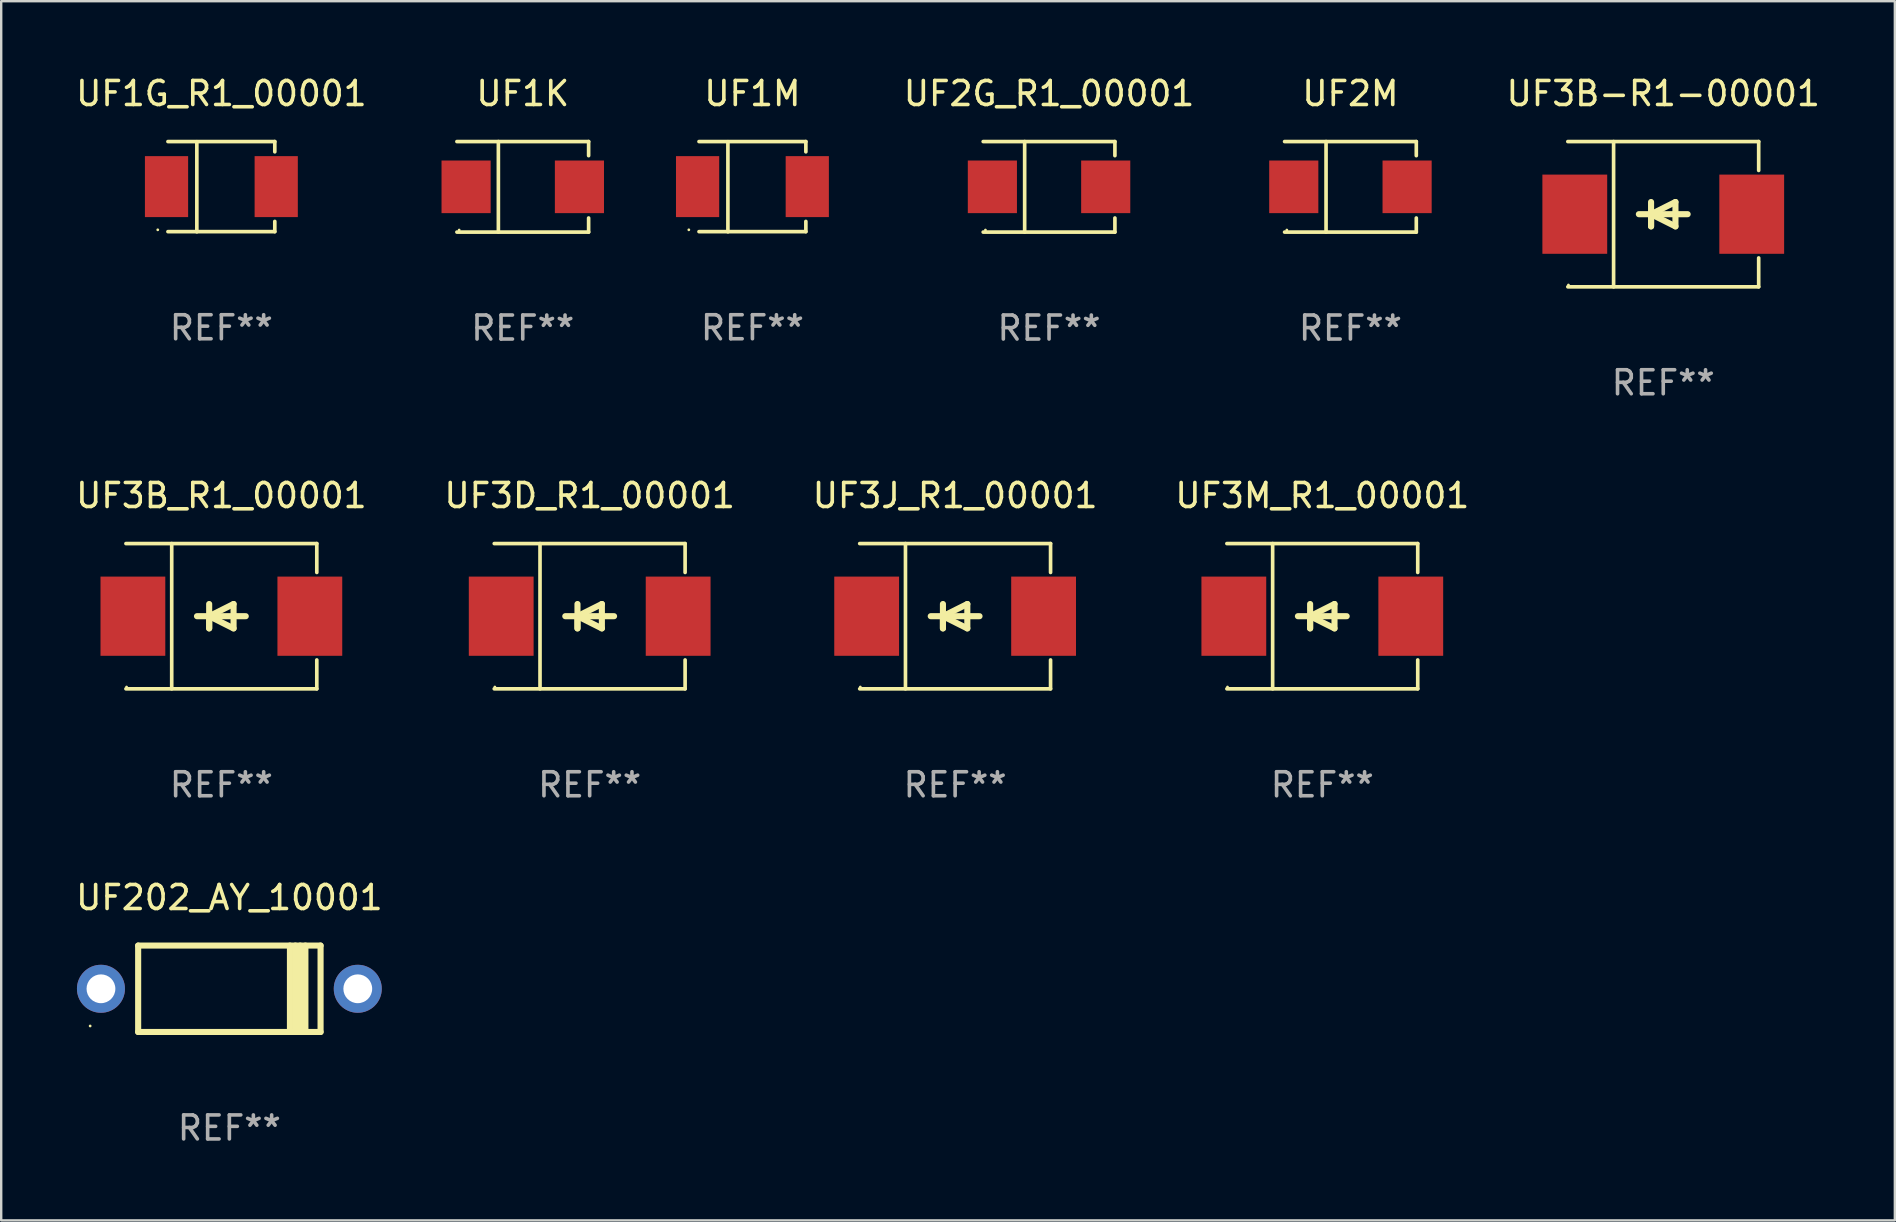
<source format=kicad_pcb>
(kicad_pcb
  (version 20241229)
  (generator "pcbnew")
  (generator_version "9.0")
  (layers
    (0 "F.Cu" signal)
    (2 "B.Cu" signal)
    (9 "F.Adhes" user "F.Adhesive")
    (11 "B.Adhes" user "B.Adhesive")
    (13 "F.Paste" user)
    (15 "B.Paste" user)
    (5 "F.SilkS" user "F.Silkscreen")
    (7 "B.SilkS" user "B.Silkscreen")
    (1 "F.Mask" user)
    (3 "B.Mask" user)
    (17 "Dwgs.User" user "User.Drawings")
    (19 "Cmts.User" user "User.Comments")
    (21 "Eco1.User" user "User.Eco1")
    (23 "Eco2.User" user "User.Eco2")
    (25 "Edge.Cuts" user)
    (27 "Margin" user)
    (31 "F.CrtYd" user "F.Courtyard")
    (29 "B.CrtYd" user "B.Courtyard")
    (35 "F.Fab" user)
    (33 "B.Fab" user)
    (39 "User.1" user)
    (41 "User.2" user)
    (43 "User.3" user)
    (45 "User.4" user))
  (footprint "UF3B-R1-00001"
    (layer "F.Cu")
    (at 66.247 5.874)
    (property "Reference" "UF3B-R1-00001" (at 0 -5.026 0) (layer "F.SilkS") (effects (font (size 1 1) (thickness 0.15))))
    (attr through_hole)
    (fp_line (start -3.976 -3.026) (end 3.976 -3.026) (stroke (width 0.152) (type solid)) (layer "F.SilkS"))
    (fp_line (start -3.976 3.026) (end 3.976 3.026) (stroke (width 0.152) (type solid)) (layer "F.SilkS"))
    (fp_line (start -2.069 -3.026) (end -2.069 3.026) (stroke (width 0.152) (type solid)) (layer "F.SilkS"))
    (fp_line (start -0.508 0) (end -0.508 0.508) (stroke (width 0.254) (type solid)) (layer "F.SilkS"))
    (fp_line (start -0.508 0) (end 0.508 0.508) (stroke (width 0.254) (type solid)) (layer "F.SilkS"))
    (fp_line (start -0.508 0.508) (end -0.508 -0.508) (stroke (width 0.254) (type solid)) (layer "F.SilkS"))
    (fp_line (start 0.508 -0.508) (end -0.508 0) (stroke (width 0.254) (type solid)) (layer "F.SilkS"))
    (fp_line (start 0.508 0.508) (end 0.508 -0.508) (stroke (width 0.254) (type solid)) (layer "F.SilkS"))
    (fp_line (start 1.016 0) (end -1.016 0) (stroke (width 0.254) (type solid)) (layer "F.SilkS"))
    (fp_line (start 3.976 -3.026) (end 3.976 -1.823) (stroke (width 0.152) (type solid)) (layer "F.SilkS"))
    (fp_line (start 3.976 3.026) (end 3.976 1.823) (stroke (width 0.152) (type solid)) (layer "F.SilkS"))
    (fp_circle (center -3.95 2.95) (end -3.92 2.95) (stroke (width 0.06) (type solid)) (fill no) (layer "F.SilkS"))
    (fp_text user "REF**" (at 0 7.026 0) (layer "F.Fab") (effects (font (size 1 1) (thickness 0.15))))
    (pad "1" smd rect (at -3.686 0) (size 2.7 3.3) (layers "F.Cu" "F.Mask" "F.Paste"))
    (pad "2" smd rect (at 3.686 0) (size 2.7 3.3) (layers "F.Cu" "F.Mask" "F.Paste")))
  (footprint "UF1M"
    (layer "F.Cu")
    (at 28.299 4.728)
    (property "Reference" "UF1M" (at 0 -3.88 0) (layer "F.SilkS") (effects (font (size 1 1) (thickness 0.15))))
    (attr through_hole)
    (fp_line (start -2.226 -1.88) (end 2.226 -1.88) (stroke (width 0.152) (type solid)) (layer "F.SilkS"))
    (fp_line (start -2.226 1.873) (end 2.226 1.873) (stroke (width 0.152) (type solid)) (layer "F.SilkS"))
    (fp_line (start -1.022 -1.873) (end -1.022 1.88) (stroke (width 0.152) (type solid)) (layer "F.SilkS"))
    (fp_line (start 2.226 -1.88) (end 2.226 -1.453) (stroke (width 0.152) (type solid)) (layer "F.SilkS"))
    (fp_line (start 2.226 1.447) (end 2.226 1.873) (stroke (width 0.152) (type solid)) (layer "F.SilkS"))
    (fp_circle (center -2.65 1.797) (end -2.62 1.797) (stroke (width 0.06) (type solid)) (fill no) (layer "F.SilkS"))
    (fp_text user "REF**" (at 0 5.88 0) (layer "F.Fab") (effects (font (size 1 1) (thickness 0.15))))
    (pad "1" smd rect (at -2.285 -0.003) (size 1.8 2.54) (layers "F.Cu" "F.Mask" "F.Paste"))
    (pad "2" smd rect (at 2.285 -0.003) (size 1.8 2.54) (layers "F.Cu" "F.Mask" "F.Paste")))
  (footprint "UF3D_R1_00001"
    (layer "F.Cu")
    (at 21.518 22.623)
    (property "Reference" "UF3D_R1_00001" (at 0 -5.026 0) (layer "F.SilkS") (effects (font (size 1 1) (thickness 0.15))))
    (attr through_hole)
    (fp_line (start -3.976 -3.026) (end 3.976 -3.026) (stroke (width 0.152) (type solid)) (layer "F.SilkS"))
    (fp_line (start -3.976 3.026) (end 3.976 3.026) (stroke (width 0.152) (type solid)) (layer "F.SilkS"))
    (fp_line (start -2.069 -3.026) (end -2.069 3.026) (stroke (width 0.152) (type solid)) (layer "F.SilkS"))
    (fp_line (start -0.508 0) (end -0.508 0.508) (stroke (width 0.254) (type solid)) (layer "F.SilkS"))
    (fp_line (start -0.508 0) (end 0.508 0.508) (stroke (width 0.254) (type solid)) (layer "F.SilkS"))
    (fp_line (start -0.508 0.508) (end -0.508 -0.508) (stroke (width 0.254) (type solid)) (layer "F.SilkS"))
    (fp_line (start 0.508 -0.508) (end -0.508 0) (stroke (width 0.254) (type solid)) (layer "F.SilkS"))
    (fp_line (start 0.508 0.508) (end 0.508 -0.508) (stroke (width 0.254) (type solid)) (layer "F.SilkS"))
    (fp_line (start 1.016 0) (end -1.016 0) (stroke (width 0.254) (type solid)) (layer "F.SilkS"))
    (fp_line (start 3.976 -3.026) (end 3.976 -1.823) (stroke (width 0.152) (type solid)) (layer "F.SilkS"))
    (fp_line (start 3.976 3.026) (end 3.976 1.823) (stroke (width 0.152) (type solid)) (layer "F.SilkS"))
    (fp_circle (center -3.95 2.95) (end -3.92 2.95) (stroke (width 0.06) (type solid)) (fill no) (layer "F.SilkS"))
    (fp_text user "REF**" (at 0 7.026 0) (layer "F.Fab") (effects (font (size 1 1) (thickness 0.15))))
    (pad "1" smd rect (at -3.686 0) (size 2.7 3.3) (layers "F.Cu" "F.Mask" "F.Paste"))
    (pad "2" smd rect (at 3.686 0) (size 2.7 3.3) (layers "F.Cu" "F.Mask" "F.Paste")))
  (footprint "UF3B_R1_00001"
    (layer "F.Cu")
    (at 6.173 22.623)
    (property "Reference" "UF3B_R1_00001" (at 0 -5.026 0) (layer "F.SilkS") (effects (font (size 1 1) (thickness 0.15))))
    (attr through_hole)
    (fp_line (start -3.976 -3.026) (end 3.976 -3.026) (stroke (width 0.152) (type solid)) (layer "F.SilkS"))
    (fp_line (start -3.976 3.026) (end 3.976 3.026) (stroke (width 0.152) (type solid)) (layer "F.SilkS"))
    (fp_line (start -2.069 -3.026) (end -2.069 3.026) (stroke (width 0.152) (type solid)) (layer "F.SilkS"))
    (fp_line (start -0.508 0) (end -0.508 0.508) (stroke (width 0.254) (type solid)) (layer "F.SilkS"))
    (fp_line (start -0.508 0) (end 0.508 0.508) (stroke (width 0.254) (type solid)) (layer "F.SilkS"))
    (fp_line (start -0.508 0.508) (end -0.508 -0.508) (stroke (width 0.254) (type solid)) (layer "F.SilkS"))
    (fp_line (start 0.508 -0.508) (end -0.508 0) (stroke (width 0.254) (type solid)) (layer "F.SilkS"))
    (fp_line (start 0.508 0.508) (end 0.508 -0.508) (stroke (width 0.254) (type solid)) (layer "F.SilkS"))
    (fp_line (start 1.016 0) (end -1.016 0) (stroke (width 0.254) (type solid)) (layer "F.SilkS"))
    (fp_line (start 3.976 -3.026) (end 3.976 -1.823) (stroke (width 0.152) (type solid)) (layer "F.SilkS"))
    (fp_line (start 3.976 3.026) (end 3.976 1.823) (stroke (width 0.152) (type solid)) (layer "F.SilkS"))
    (fp_circle (center -3.95 2.95) (end -3.92 2.95) (stroke (width 0.06) (type solid)) (fill no) (layer "F.SilkS"))
    (fp_text user "REF**" (at 0 7.026 0) (layer "F.Fab") (effects (font (size 1 1) (thickness 0.15))))
    (pad "1" smd rect (at -3.686 0) (size 2.7 3.3) (layers "F.Cu" "F.Mask" "F.Paste"))
    (pad "2" smd rect (at 3.686 0) (size 2.7 3.3) (layers "F.Cu" "F.Mask" "F.Paste")))
  (footprint "UF3J_R1_00001"
    (layer "F.Cu")
    (at 36.744 22.623)
    (property "Reference" "UF3J_R1_00001" (at 0 -5.026 0) (layer "F.SilkS") (effects (font (size 1 1) (thickness 0.15))))
    (attr through_hole)
    (fp_line (start -3.976 -3.026) (end 3.976 -3.026) (stroke (width 0.152) (type solid)) (layer "F.SilkS"))
    (fp_line (start -3.976 3.026) (end 3.976 3.026) (stroke (width 0.152) (type solid)) (layer "F.SilkS"))
    (fp_line (start -2.069 -3.026) (end -2.069 3.026) (stroke (width 0.152) (type solid)) (layer "F.SilkS"))
    (fp_line (start -0.508 0) (end -0.508 0.508) (stroke (width 0.254) (type solid)) (layer "F.SilkS"))
    (fp_line (start -0.508 0) (end 0.508 0.508) (stroke (width 0.254) (type solid)) (layer "F.SilkS"))
    (fp_line (start -0.508 0.508) (end -0.508 -0.508) (stroke (width 0.254) (type solid)) (layer "F.SilkS"))
    (fp_line (start 0.508 -0.508) (end -0.508 0) (stroke (width 0.254) (type solid)) (layer "F.SilkS"))
    (fp_line (start 0.508 0.508) (end 0.508 -0.508) (stroke (width 0.254) (type solid)) (layer "F.SilkS"))
    (fp_line (start 1.016 0) (end -1.016 0) (stroke (width 0.254) (type solid)) (layer "F.SilkS"))
    (fp_line (start 3.976 -3.026) (end 3.976 -1.823) (stroke (width 0.152) (type solid)) (layer "F.SilkS"))
    (fp_line (start 3.976 3.026) (end 3.976 1.823) (stroke (width 0.152) (type solid)) (layer "F.SilkS"))
    (fp_circle (center -3.95 2.95) (end -3.92 2.95) (stroke (width 0.06) (type solid)) (fill no) (layer "F.SilkS"))
    (fp_text user "REF**" (at 0 7.026 0) (layer "F.Fab") (effects (font (size 1 1) (thickness 0.15))))
    (pad "1" smd rect (at -3.686 0) (size 2.7 3.3) (layers "F.Cu" "F.Mask" "F.Paste"))
    (pad "2" smd rect (at 3.686 0) (size 2.7 3.3) (layers "F.Cu" "F.Mask" "F.Paste")))
  (footprint "UF2G_R1_00001"
    (layer "F.Cu")
    (at 40.657 4.734)
    (property "Reference" "UF2G_R1_00001" (at 0 -3.886 0) (layer "F.SilkS") (effects (font (size 1 1) (thickness 0.15))))
    (attr through_hole)
    (fp_line (start -2.744 -1.886) (end 2.744 -1.886) (stroke (width 0.152) (type solid)) (layer "F.SilkS"))
    (fp_line (start -2.744 1.886) (end 2.744 1.886) (stroke (width 0.152) (type solid)) (layer "F.SilkS"))
    (fp_line (start -1.016 -1.886) (end -1.016 1.886) (stroke (width 0.152) (type solid)) (layer "F.SilkS"))
    (fp_line (start 2.744 -1.886) (end 2.744 -1.299) (stroke (width 0.152) (type solid)) (layer "F.SilkS"))
    (fp_line (start 2.744 1.886) (end 2.744 1.299) (stroke (width 0.152) (type solid)) (layer "F.SilkS"))
    (fp_circle (center -2.65 1.8) (end -2.62 1.8) (stroke (width 0.06) (type solid)) (fill no) (layer "F.SilkS"))
    (fp_text user "REF**" (at 0 5.886 0) (layer "F.Fab") (effects (font (size 1 1) (thickness 0.15))))
    (pad "1" smd rect (at -2.361 0) (size 2.047 2.192) (layers "F.Cu" "F.Mask" "F.Paste"))
    (pad "2" smd rect (at 2.361 0) (size 2.047 2.192) (layers "F.Cu" "F.Mask" "F.Paste")))
  (footprint "UF3M_R1_00001"
    (layer "F.Cu")
    (at 52.042 22.623)
    (property "Reference" "UF3M_R1_00001" (at 0 -5.026 0) (layer "F.SilkS") (effects (font (size 1 1) (thickness 0.15))))
    (attr through_hole)
    (fp_line (start -3.976 -3.026) (end 3.976 -3.026) (stroke (width 0.152) (type solid)) (layer "F.SilkS"))
    (fp_line (start -3.976 3.026) (end 3.976 3.026) (stroke (width 0.152) (type solid)) (layer "F.SilkS"))
    (fp_line (start -2.069 -3.026) (end -2.069 3.026) (stroke (width 0.152) (type solid)) (layer "F.SilkS"))
    (fp_line (start -0.508 0) (end -0.508 0.508) (stroke (width 0.254) (type solid)) (layer "F.SilkS"))
    (fp_line (start -0.508 0) (end 0.508 0.508) (stroke (width 0.254) (type solid)) (layer "F.SilkS"))
    (fp_line (start -0.508 0.508) (end -0.508 -0.508) (stroke (width 0.254) (type solid)) (layer "F.SilkS"))
    (fp_line (start 0.508 -0.508) (end -0.508 0) (stroke (width 0.254) (type solid)) (layer "F.SilkS"))
    (fp_line (start 0.508 0.508) (end 0.508 -0.508) (stroke (width 0.254) (type solid)) (layer "F.SilkS"))
    (fp_line (start 1.016 0) (end -1.016 0) (stroke (width 0.254) (type solid)) (layer "F.SilkS"))
    (fp_line (start 3.976 -3.026) (end 3.976 -1.823) (stroke (width 0.152) (type solid)) (layer "F.SilkS"))
    (fp_line (start 3.976 3.026) (end 3.976 1.823) (stroke (width 0.152) (type solid)) (layer "F.SilkS"))
    (fp_circle (center -3.95 2.95) (end -3.92 2.95) (stroke (width 0.06) (type solid)) (fill no) (layer "F.SilkS"))
    (fp_text user "REF**" (at 0 7.026 0) (layer "F.Fab") (effects (font (size 1 1) (thickness 0.15))))
    (pad "1" smd rect (at -3.686 0) (size 2.7 3.3) (layers "F.Cu" "F.Mask" "F.Paste"))
    (pad "2" smd rect (at 3.686 0) (size 2.7 3.3) (layers "F.Cu" "F.Mask" "F.Paste")))
  (footprint "UF202_AY_10001"
    (layer "F.Cu")
    (at 6.506 38.146)
    (property "Reference" "UF202_AY_10001" (at 0 -3.8 0) (layer "F.SilkS") (effects (font (size 1 1) (thickness 0.15))))
    (attr through_hole)
    (fp_line (start -3.8 1.8) (end -3.8 -1.8) (stroke (width 0.254) (type solid)) (layer "F.SilkS"))
    (fp_line (start 2.524 1.8) (end 2.524 -1.8) (stroke (width 0.254) (type solid)) (layer "F.SilkS"))
    (fp_line (start 2.75 1.8) (end 2.75 -1.8) (stroke (width 0.254) (type solid)) (layer "F.SilkS"))
    (fp_line (start 2.95 -1.8) (end 2.95 1.8) (stroke (width 0.254) (type solid)) (layer "F.SilkS"))
    (fp_line (start 3.168 -1.8) (end 3.168 1.8) (stroke (width 0.254) (type solid)) (layer "F.SilkS"))
    (fp_line (start 3.8 1.8) (end -3.8 1.8) (stroke (width 0.254) (type solid)) (layer "F.SilkS"))
    (fp_line (start 3.8 1.8) (end 3.8 -1.8) (stroke (width 0.254) (type solid)) (layer "F.SilkS"))
    (fp_line (start 3.8 -1.8) (end -3.8 -1.8) (stroke (width 0.254) (type solid)) (layer "F.SilkS"))
    (fp_circle (center -5.8 1.55) (end -5.77 1.55) (stroke (width 0.06) (type solid)) (fill no) (layer "F.SilkS"))
    (fp_text user "REF**" (at 0 5.8 0) (layer "F.Fab") (effects (font (size 1 1) (thickness 0.15))))
    (pad "1" thru_hole circle (at -5.35 0) (size 2 2) (drill 1.2) (layers "*.Cu" "*.Mask"))
    (pad "2" thru_hole circle (at 5.35 0) (size 2 2) (drill 1.2) (layers "*.Cu" "*.Mask")))
  (footprint "UF2M"
    (layer "F.Cu")
    (at 53.214 4.734)
    (property "Reference" "UF2M" (at 0 -3.886 0) (layer "F.SilkS") (effects (font (size 1 1) (thickness 0.15))))
    (attr through_hole)
    (fp_line (start -2.744 -1.886) (end 2.744 -1.886) (stroke (width 0.152) (type solid)) (layer "F.SilkS"))
    (fp_line (start -2.744 1.886) (end 2.744 1.886) (stroke (width 0.152) (type solid)) (layer "F.SilkS"))
    (fp_line (start -1.016 -1.886) (end -1.016 1.886) (stroke (width 0.152) (type solid)) (layer "F.SilkS"))
    (fp_line (start 2.744 -1.886) (end 2.744 -1.299) (stroke (width 0.152) (type solid)) (layer "F.SilkS"))
    (fp_line (start 2.744 1.886) (end 2.744 1.299) (stroke (width 0.152) (type solid)) (layer "F.SilkS"))
    (fp_circle (center -2.65 1.8) (end -2.62 1.8) (stroke (width 0.06) (type solid)) (fill no) (layer "F.SilkS"))
    (fp_text user "REF**" (at 0 5.886 0) (layer "F.Fab") (effects (font (size 1 1) (thickness 0.15))))
    (pad "1" smd rect (at -2.361 0) (size 2.047 2.192) (layers "F.Cu" "F.Mask" "F.Paste"))
    (pad "2" smd rect (at 2.361 0) (size 2.047 2.192) (layers "F.Cu" "F.Mask" "F.Paste")))
  (footprint "UF1G_R1_00001"
    (layer "F.Cu")
    (at 6.173 4.728)
    (property "Reference" "UF1G_R1_00001" (at 0 -3.88 0) (layer "F.SilkS") (effects (font (size 1 1) (thickness 0.15))))
    (attr through_hole)
    (fp_line (start -2.226 -1.88) (end 2.226 -1.88) (stroke (width 0.152) (type solid)) (layer "F.SilkS"))
    (fp_line (start -2.226 1.873) (end 2.226 1.873) (stroke (width 0.152) (type solid)) (layer "F.SilkS"))
    (fp_line (start -1.022 -1.873) (end -1.022 1.88) (stroke (width 0.152) (type solid)) (layer "F.SilkS"))
    (fp_line (start 2.226 -1.88) (end 2.226 -1.453) (stroke (width 0.152) (type solid)) (layer "F.SilkS"))
    (fp_line (start 2.226 1.447) (end 2.226 1.873) (stroke (width 0.152) (type solid)) (layer "F.SilkS"))
    (fp_circle (center -2.65 1.797) (end -2.62 1.797) (stroke (width 0.06) (type solid)) (fill no) (layer "F.SilkS"))
    (fp_text user "REF**" (at 0 5.88 0) (layer "F.Fab") (effects (font (size 1 1) (thickness 0.15))))
    (pad "1" smd rect (at -2.285 -0.003) (size 1.8 2.54) (layers "F.Cu" "F.Mask" "F.Paste"))
    (pad "2" smd rect (at 2.285 -0.003) (size 1.8 2.54) (layers "F.Cu" "F.Mask" "F.Paste")))
  (footprint "UF1K"
    (layer "F.Cu")
    (at 18.73 4.734)
    (property "Reference" "UF1K" (at 0 -3.886 0) (layer "F.SilkS") (effects (font (size 1 1) (thickness 0.15))))
    (attr through_hole)
    (fp_line (start -2.744 -1.886) (end 2.744 -1.886) (stroke (width 0.152) (type solid)) (layer "F.SilkS"))
    (fp_line (start -2.744 1.886) (end 2.744 1.886) (stroke (width 0.152) (type solid)) (layer "F.SilkS"))
    (fp_line (start -1.016 -1.886) (end -1.016 1.886) (stroke (width 0.152) (type solid)) (layer "F.SilkS"))
    (fp_line (start 2.744 -1.886) (end 2.744 -1.299) (stroke (width 0.152) (type solid)) (layer "F.SilkS"))
    (fp_line (start 2.744 1.886) (end 2.744 1.299) (stroke (width 0.152) (type solid)) (layer "F.SilkS"))
    (fp_circle (center -2.65 1.8) (end -2.62 1.8) (stroke (width 0.06) (type solid)) (fill no) (layer "F.SilkS"))
    (fp_text user "REF**" (at 0 5.886 0) (layer "F.Fab") (effects (font (size 1 1) (thickness 0.15))))
    (pad "1" smd rect (at -2.361 0) (size 2.047 2.192) (layers "F.Cu" "F.Mask" "F.Paste"))
    (pad "2" smd rect (at 2.361 0) (size 2.047 2.192) (layers "F.Cu" "F.Mask" "F.Paste")))
  (gr_rect
    (start -3 -3)
    (end 75.896 47.795)
    (stroke (width 0.1) (type default))
    (fill no)
    (layer "Edge.Cuts")))
</source>
